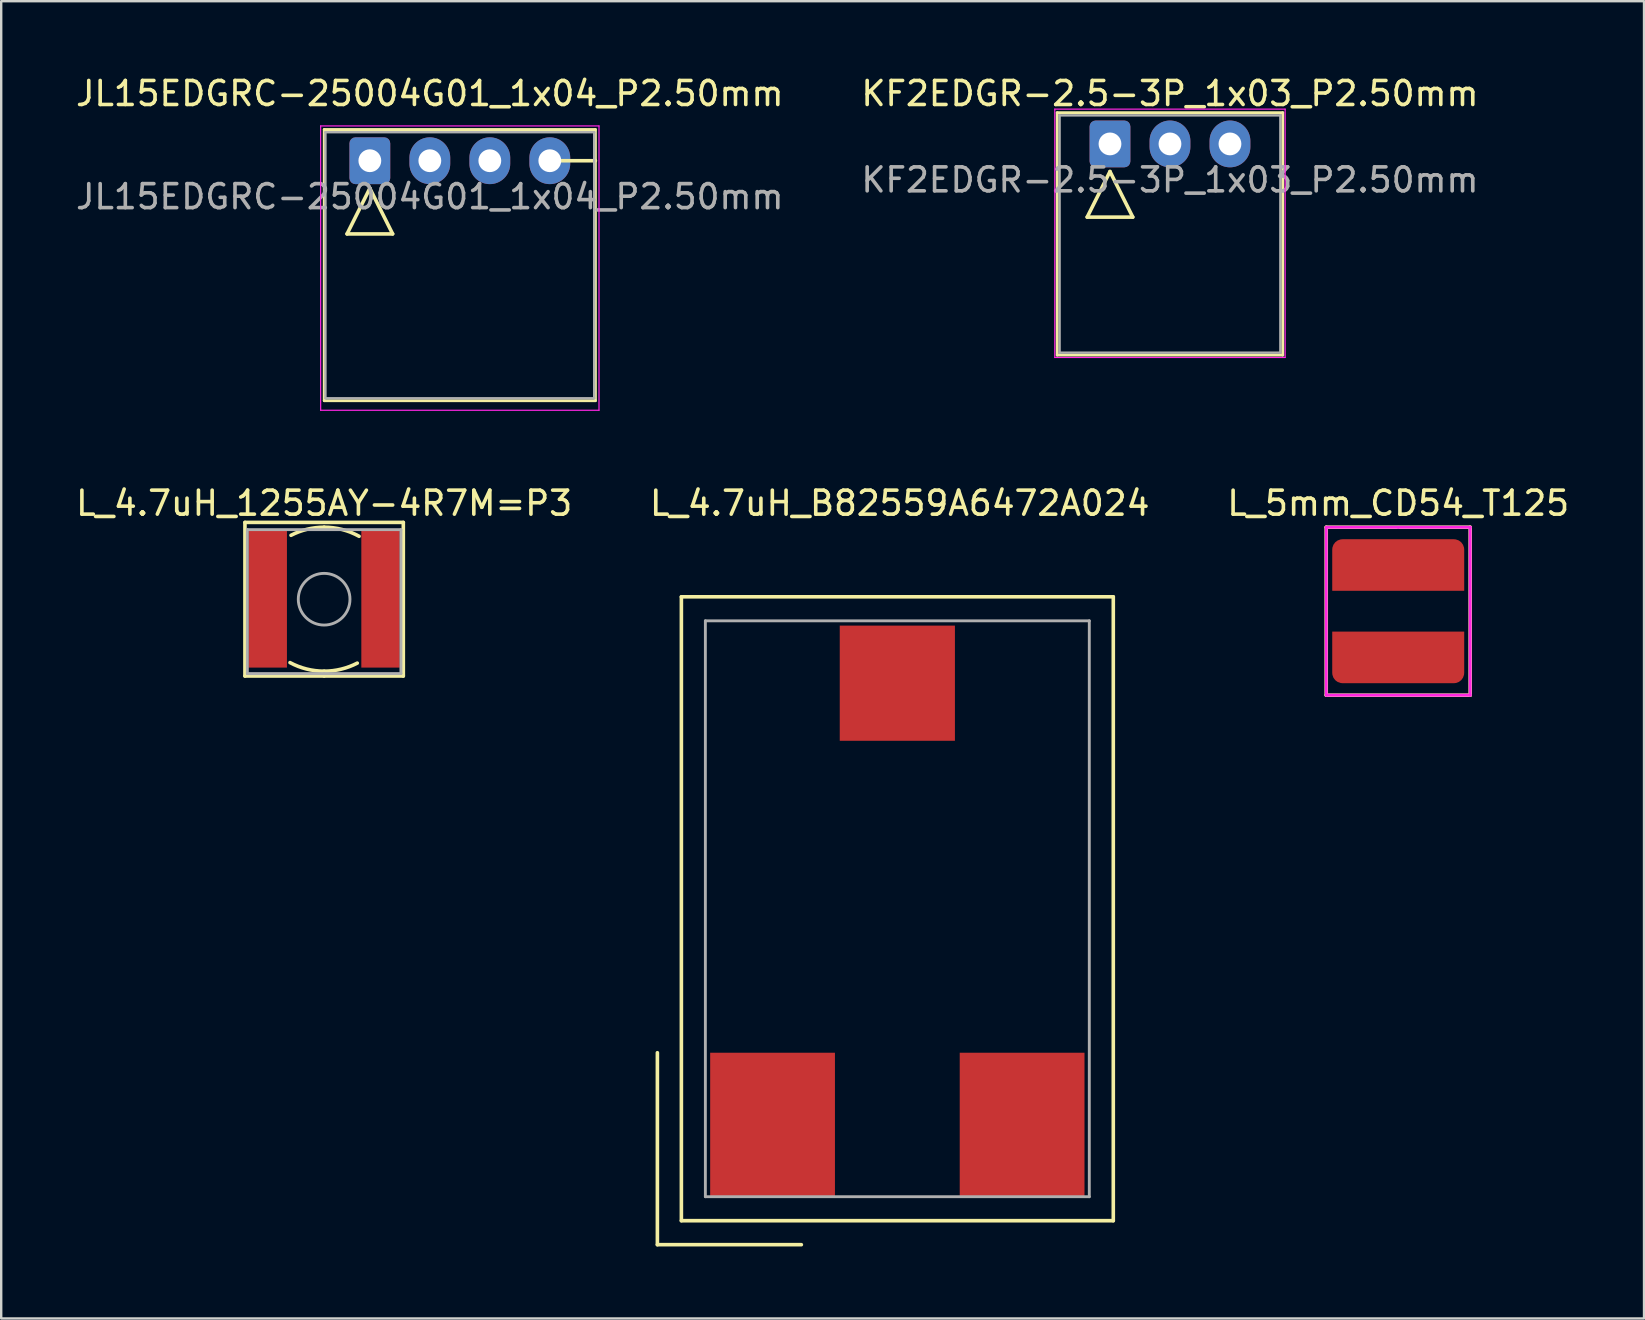
<source format=kicad_pcb>
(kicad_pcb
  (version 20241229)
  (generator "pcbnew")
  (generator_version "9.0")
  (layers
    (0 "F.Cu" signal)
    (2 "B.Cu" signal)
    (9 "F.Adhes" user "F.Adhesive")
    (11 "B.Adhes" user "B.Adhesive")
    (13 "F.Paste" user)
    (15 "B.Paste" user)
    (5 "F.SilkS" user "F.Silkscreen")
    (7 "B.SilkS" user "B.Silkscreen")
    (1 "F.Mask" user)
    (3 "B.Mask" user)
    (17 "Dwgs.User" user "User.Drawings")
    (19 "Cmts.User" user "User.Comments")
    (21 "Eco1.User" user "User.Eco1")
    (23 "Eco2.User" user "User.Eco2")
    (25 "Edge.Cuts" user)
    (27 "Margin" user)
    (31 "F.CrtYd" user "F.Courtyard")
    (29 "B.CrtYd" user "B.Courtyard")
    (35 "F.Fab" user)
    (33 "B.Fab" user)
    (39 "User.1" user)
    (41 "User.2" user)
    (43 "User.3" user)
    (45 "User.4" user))
  (footprint "JL15EDGRC-25004G01_1x04_P2.50mm"
    (layer "F.Cu")
    (at 12.363 3.648)
    (property "Reference" "JL15EDGRC-25004G01_1x04_P2.50mm" (at 2.5 -2.8 0) (layer "F.SilkS") (effects (font (size 1 1) (thickness 0.15))))
    (attr through_hole)
    (fp_line (start -1.9 -1.3) (end -1.9 10) (stroke (width 0.12) (type solid)) (layer "F.SilkS"))
    (fp_line (start -1.9 10) (end 9.4 10) (stroke (width 0.12) (type solid)) (layer "F.SilkS"))
    (fp_line (start -0.95 3.05) (end 0 1.15) (stroke (width 0.15) (type solid)) (layer "F.SilkS"))
    (fp_line (start 0.95 3.05) (end -0.95 3.05) (stroke (width 0.15) (type solid)) (layer "F.SilkS"))
    (fp_line (start 0.95 3.05) (end 0 1.15) (stroke (width 0.15) (type solid)) (layer "F.SilkS"))
    (fp_line (start 7.5 0) (end 9.4 0) (stroke (width 0.15) (type solid)) (layer "F.SilkS"))
    (fp_line (start 9.4 -1.3) (end -1.9 -1.3) (stroke (width 0.12) (type solid)) (layer "F.SilkS"))
    (fp_line (start 9.4 10) (end 9.4 -1.3) (stroke (width 0.12) (type solid)) (layer "F.SilkS"))
    (fp_line (start -2.05 -1.45) (end -2.05 10.4) (stroke (width 0.05) (type solid)) (layer "F.CrtYd"))
    (fp_line (start -2.05 10.4) (end 9.55 10.4) (stroke (width 0.05) (type solid)) (layer "F.CrtYd"))
    (fp_line (start 9.55 -1.45) (end -2.05 -1.45) (stroke (width 0.05) (type solid)) (layer "F.CrtYd"))
    (fp_line (start 9.55 10.4) (end 9.55 -1.45) (stroke (width 0.05) (type solid)) (layer "F.CrtYd"))
    (fp_line (start -1.85 -1.19) (end -1.85 9.9) (stroke (width 0.1) (type solid)) (layer "F.Fab"))
    (fp_line (start -1.85 9.9) (end 9.35 9.9) (stroke (width 0.1) (type solid)) (layer "F.Fab"))
    (fp_line (start 9.35 -1.19) (end -1.85 -1.19) (stroke (width 0.1) (type solid)) (layer "F.Fab"))
    (fp_line (start 9.35 9.9) (end 9.35 -1.19) (stroke (width 0.1) (type solid)) (layer "F.Fab"))
    (fp_text user "${REFERENCE}" (at 2.5 1.5 0) (layer "F.Fab") (effects (font (size 1 1) (thickness 0.15))))
    (pad "1" thru_hole roundrect (at 0 0) (size 1.7 1.95) (drill 0.95) (layers "*.Cu" "*.Mask") (roundrect_rratio 0.147))
    (pad "2" thru_hole oval (at 2.5 0) (size 1.7 1.95) (drill 0.95) (layers "*.Cu" "*.Mask"))
    (pad "3" thru_hole oval (at 5 0) (size 1.7 1.95) (drill 0.95) (layers "*.Cu" "*.Mask"))
    (pad "4" thru_hole oval (at 7.5 0) (size 1.7 1.95) (drill 0.95) (layers "*.Cu" "*.Mask")))
  (footprint "L_4.7uH_1255AY-4R7M=P3"
    (layer "F.Cu")
    (at 10.458 21.922)
    (property "Reference" "L_4.7uH_1255AY-4R7M=P3" (at 0 -4 0) (layer "F.SilkS") (effects (font (size 1 1) (thickness 0.15))))
    (attr through_hole)
    (fp_line (start -3.3 -3.2) (end 3.3 -3.2) (stroke (width 0.15) (type solid)) (layer "F.SilkS"))
    (fp_line (start -3.3 3.2) (end -3.3 -3.2) (stroke (width 0.15) (type solid)) (layer "F.SilkS"))
    (fp_line (start 0 3.2) (end -3.3 3.2) (stroke (width 0.15) (type solid)) (layer "F.SilkS"))
    (fp_line (start 3.3 -3.2) (end 3.3 3.2) (stroke (width 0.15) (type solid)) (layer "F.SilkS"))
    (fp_line (start 3.3 3.2) (end 0 3.2) (stroke (width 0.15) (type solid)) (layer "F.SilkS"))
    (fp_arc (start -1.380951 -2.663264) (mid -0.710707 -2.914601) (end 0 -3) (stroke (width 0.15) (type solid)) (layer "F.SilkS"))
    (fp_arc (start 0 -3) (mid 0.752524 -2.904085) (end 1.456929 -2.622472) (stroke (width 0.15) (type solid)) (layer "F.SilkS"))
    (fp_arc (start 0 3) (mid -0.733403 2.908972) (end -1.422299 2.641413) (stroke (width 0.15) (type solid)) (layer "F.SilkS"))
    (fp_arc (start 1.380951 2.663264) (mid 0.710707 2.914601) (end 0 3) (stroke (width 0.15) (type solid)) (layer "F.SilkS"))
    (fp_line (start -3.2 -2.9) (end 3.2 -2.9) (stroke (width 0.12) (type solid)) (layer "F.Fab"))
    (fp_line (start -3.2 3.1) (end -3.2 -2.9) (stroke (width 0.12) (type solid)) (layer "F.Fab"))
    (fp_line (start 0 3.1) (end -3.2 3.1) (stroke (width 0.12) (type solid)) (layer "F.Fab"))
    (fp_line (start 3.2 -2.9) (end 3.2 3.1) (stroke (width 0.12) (type solid)) (layer "F.Fab"))
    (fp_line (start 3.2 3.1) (end 0 3.1) (stroke (width 0.12) (type solid)) (layer "F.Fab"))
    (fp_circle (center 0 0) (end 1 -0.4) (stroke (width 0.12) (type solid)) (fill no) (layer "F.Fab"))
    (pad "1" smd rect (at -2.35 0) (size 1.6 5.7) (layers "F.Cu" "F.Mask" "F.Paste"))
    (pad "2" smd rect (at 2.35 0) (size 1.6 5.7) (layers "F.Cu" "F.Mask" "F.Paste")))
  (footprint "L_4.7uH_B82559A6472A024"
    (layer "F.Cu")
    (at 34.346 43.822)
    (property "Reference" "L_4.7uH_B82559A6472A024" (at 0.1 -25.9 0) (layer "F.SilkS") (effects (font (size 1 1) (thickness 0.15))))
    (attr through_hole)
    (fp_line (start -10 -3) (end -10 5) (stroke (width 0.15) (type solid)) (layer "F.SilkS"))
    (fp_line (start -10 5) (end -4 5) (stroke (width 0.15) (type solid)) (layer "F.SilkS"))
    (fp_line (start -9 -22) (end -9 4) (stroke (width 0.15) (type solid)) (layer "F.SilkS"))
    (fp_line (start -9 4) (end 9 4) (stroke (width 0.15) (type solid)) (layer "F.SilkS"))
    (fp_line (start 9 -22) (end -9 -22) (stroke (width 0.15) (type solid)) (layer "F.SilkS"))
    (fp_line (start 9 4) (end 9 -22) (stroke (width 0.15) (type solid)) (layer "F.SilkS"))
    (fp_line (start -8 -21) (end -8 3) (stroke (width 0.12) (type solid)) (layer "F.Fab"))
    (fp_line (start -8 3) (end 8 3) (stroke (width 0.12) (type solid)) (layer "F.Fab"))
    (fp_line (start 8 -21) (end -8 -21) (stroke (width 0.12) (type solid)) (layer "F.Fab"))
    (fp_line (start 8 3) (end 8 -21) (stroke (width 0.12) (type solid)) (layer "F.Fab"))
    (pad "" smd rect (at 0 -18.4) (size 4.8 4.8) (layers "F.Cu" "F.Mask" "F.Paste"))
    (pad "1" smd rect (at -5.2 0) (size 5.2 6) (layers "F.Cu" "F.Mask" "F.Paste"))
    (pad "2" smd rect (at 5.2 0) (size 5.2 6) (layers "F.Cu" "F.Mask" "F.Paste")))
  (footprint "L_5mm_CD54_T125"
    (layer "F.Cu")
    (at 55.22 22.422)
    (property "Reference" "L_5mm_CD54_T125" (at 0 -4.5 0) (unlocked yes) (layer "F.SilkS") (effects (font (size 1 1) (thickness 0.15))))
    (attr smd)
    (fp_line (start -3 -3.5) (end -3 3.5) (stroke (width 0.15) (type solid)) (layer "F.SilkS"))
    (fp_line (start -3 3.5) (end 3 3.5) (stroke (width 0.15) (type solid)) (layer "F.SilkS"))
    (fp_line (start 3 -3.5) (end -3 -3.5) (stroke (width 0.15) (type solid)) (layer "F.SilkS"))
    (fp_line (start 3 3.5) (end 3 -3.5) (stroke (width 0.15) (type solid)) (layer "F.SilkS"))
    (fp_line (start -3 -3.5) (end -3 3.5) (stroke (width 0.12) (type solid)) (layer "F.CrtYd"))
    (fp_line (start -3 3.5) (end 3 3.5) (stroke (width 0.12) (type solid)) (layer "F.CrtYd"))
    (fp_line (start 0 -3.5) (end -3 -3.5) (stroke (width 0.12) (type solid)) (layer "F.CrtYd"))
    (fp_line (start 3 -3.5) (end 0 -3.5) (stroke (width 0.12) (type solid)) (layer "F.CrtYd"))
    (fp_line (start 3 3.5) (end 3 -3.5) (stroke (width 0.12) (type solid)) (layer "F.CrtYd"))
    (pad "1" smd roundrect (at 0 -1.925) (size 5.5 2.15) (layers "F.Cu" "F.Mask" "F.Paste") (roundrect_rratio 0.2) (chamfer_ratio 0) (chamfer bottom_left bottom_right))
    (pad "2" smd roundrect (at 0 1.925 180) (size 5.5 2.15) (layers "F.Cu" "F.Mask" "F.Paste") (roundrect_rratio 0.2) (chamfer_ratio 0) (chamfer bottom_left bottom_right)))
  (footprint "KF2EDGR-2.5-3P_1x03_P2.50mm"
    (layer "F.Cu")
    (at 43.208 2.948)
    (property "Reference" "KF2EDGR-2.5-3P_1x03_P2.50mm" (at 2.5 -2.1 0) (layer "F.SilkS") (effects (font (size 1 1) (thickness 0.15))))
    (attr through_hole)
    (fp_line (start -2.2 -1.3) (end -2.2 8.8) (stroke (width 0.12) (type solid)) (layer "F.SilkS"))
    (fp_line (start -2.2 8.8) (end 7.2 8.8) (stroke (width 0.12) (type solid)) (layer "F.SilkS"))
    (fp_line (start -0.95 3.05) (end 0 1.15) (stroke (width 0.15) (type solid)) (layer "F.SilkS"))
    (fp_line (start 0.95 3.05) (end -0.95 3.05) (stroke (width 0.15) (type solid)) (layer "F.SilkS"))
    (fp_line (start 0.95 3.05) (end 0 1.15) (stroke (width 0.15) (type solid)) (layer "F.SilkS"))
    (fp_line (start 7.2 -1.3) (end -2.2 -1.3) (stroke (width 0.12) (type solid)) (layer "F.SilkS"))
    (fp_line (start 7.2 8.8) (end 7.2 -1.3) (stroke (width 0.12) (type solid)) (layer "F.SilkS"))
    (fp_line (start -2.3 -1.45) (end -2.3 8.9) (stroke (width 0.05) (type solid)) (layer "F.CrtYd"))
    (fp_line (start -2.3 8.9) (end 7.3 8.9) (stroke (width 0.05) (type solid)) (layer "F.CrtYd"))
    (fp_line (start 7.3 -1.45) (end -2.3 -1.45) (stroke (width 0.05) (type solid)) (layer "F.CrtYd"))
    (fp_line (start 7.3 8.9) (end 7.3 -1.45) (stroke (width 0.05) (type solid)) (layer "F.CrtYd"))
    (fp_line (start -2.1 -1.19) (end -2.1 8.7) (stroke (width 0.1) (type solid)) (layer "F.Fab"))
    (fp_line (start -2.1 8.7) (end 7.1 8.7) (stroke (width 0.1) (type solid)) (layer "F.Fab"))
    (fp_line (start 7.1 -1.19) (end -2.1 -1.19) (stroke (width 0.1) (type solid)) (layer "F.Fab"))
    (fp_line (start 7.1 8.7) (end 7.1 -1.19) (stroke (width 0.1) (type solid)) (layer "F.Fab"))
    (fp_text user "${REFERENCE}" (at 2.5 1.5 0) (layer "F.Fab") (effects (font (size 1 1) (thickness 0.15))))
    (pad "1" thru_hole roundrect (at 0 0) (size 1.7 1.95) (drill 0.95) (layers "*.Cu" "*.Mask") (roundrect_rratio 0.147))
    (pad "2" thru_hole oval (at 2.5 0) (size 1.7 1.95) (drill 0.95) (layers "*.Cu" "*.Mask"))
    (pad "3" thru_hole oval (at 5 0) (size 1.7 1.95) (drill 0.95) (layers "*.Cu" "*.Mask")))
  (gr_rect
    (start -3 -3)
    (end 65.464 51.897)
    (stroke (width 0.1) (type default))
    (fill no)
    (layer "Edge.Cuts")))
</source>
